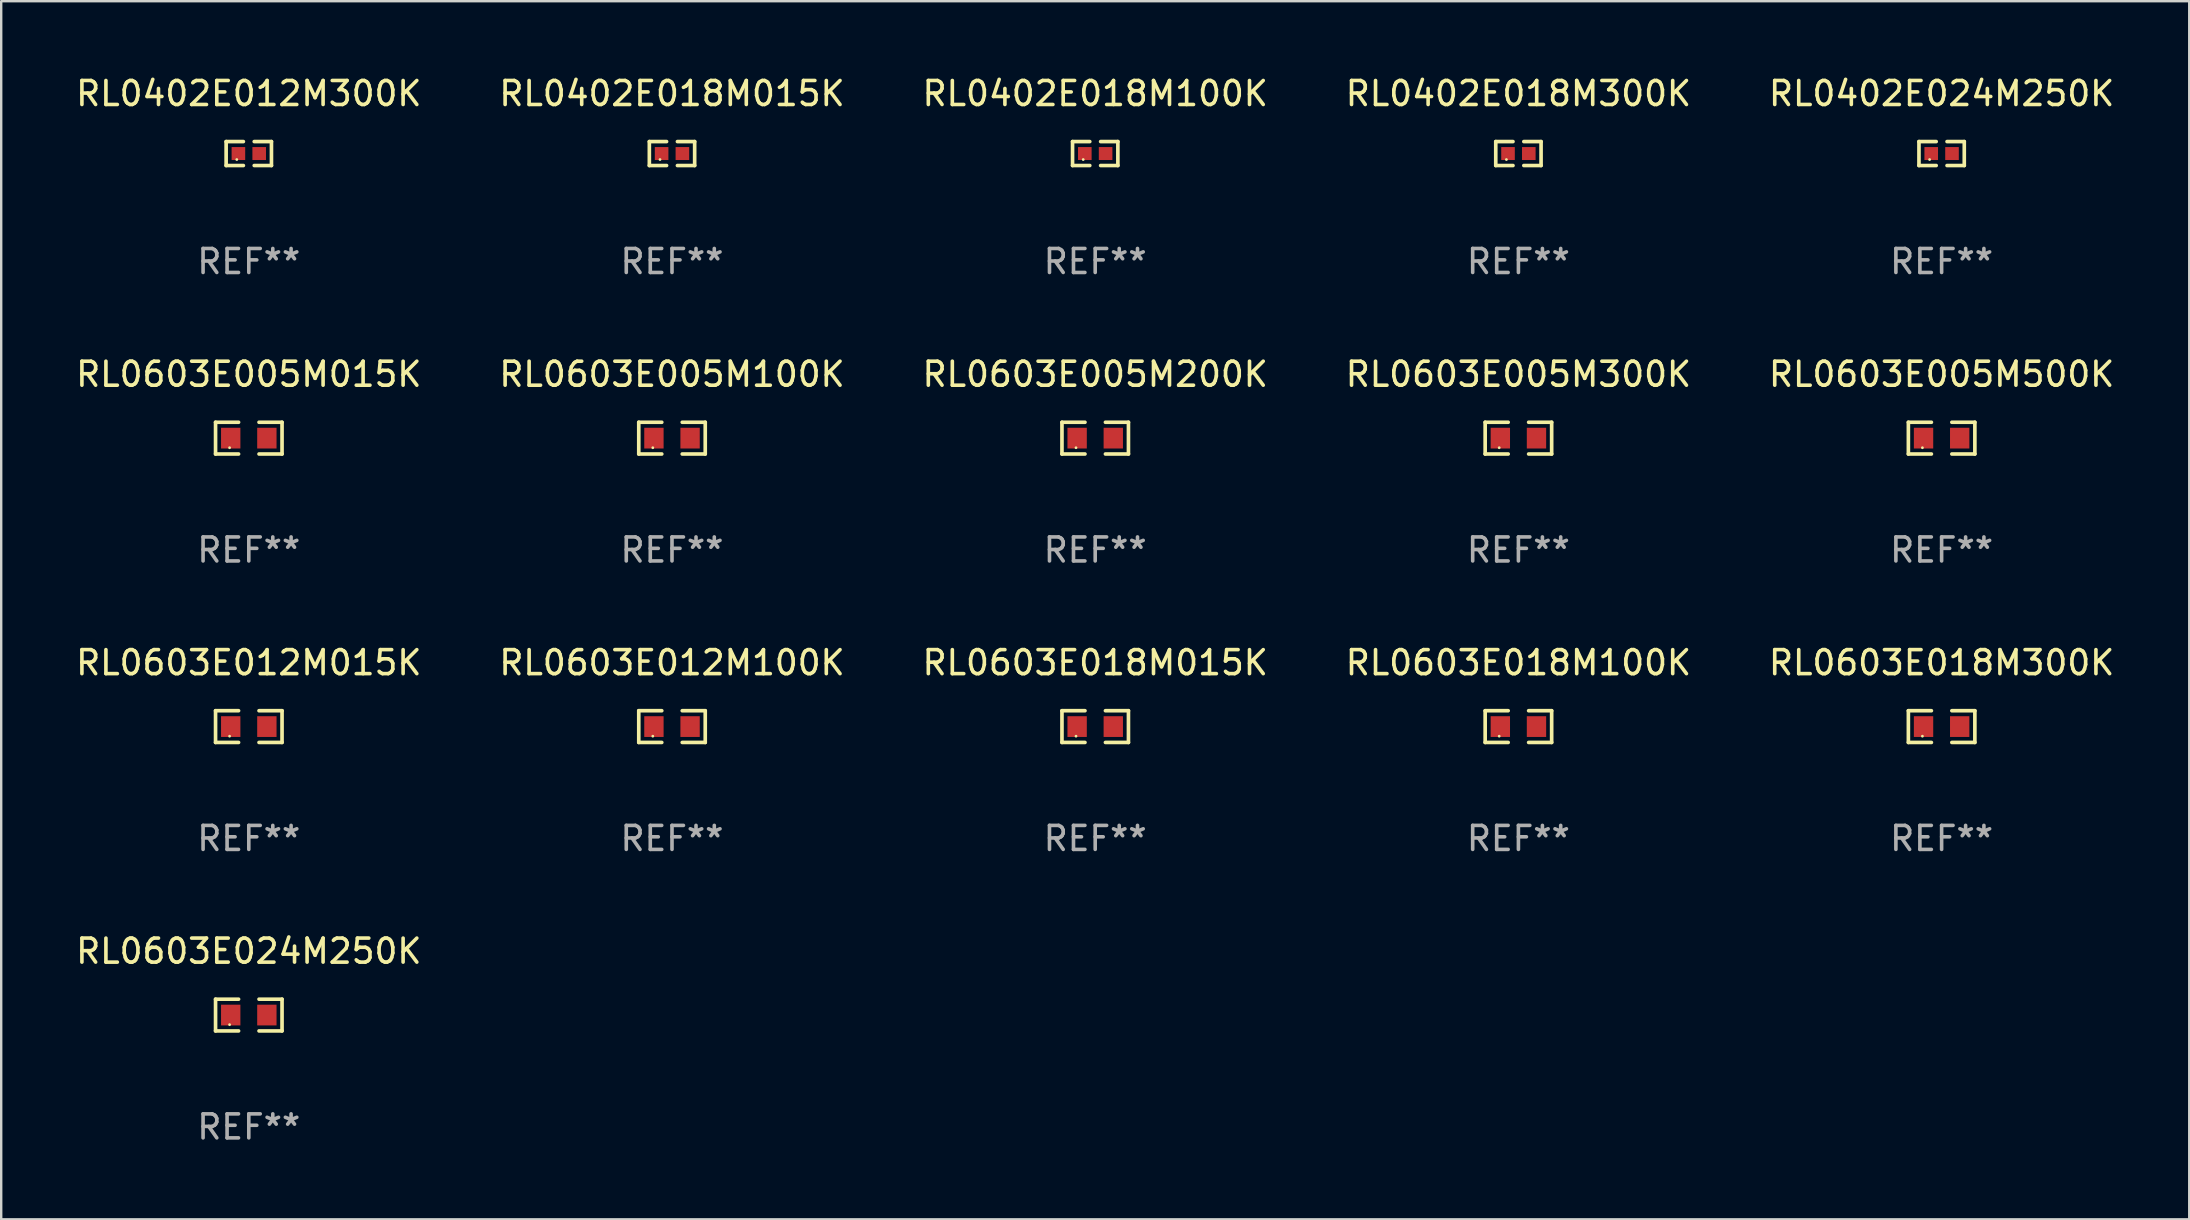
<source format=kicad_pcb>
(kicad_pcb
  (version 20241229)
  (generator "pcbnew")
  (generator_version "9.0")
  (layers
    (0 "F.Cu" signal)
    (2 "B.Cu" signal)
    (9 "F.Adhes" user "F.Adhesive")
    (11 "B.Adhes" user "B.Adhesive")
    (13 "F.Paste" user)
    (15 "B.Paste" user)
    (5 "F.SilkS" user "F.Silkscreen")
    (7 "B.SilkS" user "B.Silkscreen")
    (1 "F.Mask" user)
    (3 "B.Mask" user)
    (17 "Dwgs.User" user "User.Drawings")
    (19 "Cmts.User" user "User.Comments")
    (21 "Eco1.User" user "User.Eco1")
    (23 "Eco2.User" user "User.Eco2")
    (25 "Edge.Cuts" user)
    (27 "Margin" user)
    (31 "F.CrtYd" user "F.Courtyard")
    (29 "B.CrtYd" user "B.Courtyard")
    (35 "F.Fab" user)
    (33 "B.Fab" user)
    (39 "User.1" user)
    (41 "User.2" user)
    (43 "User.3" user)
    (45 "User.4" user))
  (footprint "RL0402E018M015K"
    (layer "F.Cu")
    (at 24.946 3.347)
    (property "Reference" "RL0402E018M015K" (at 0 -2.499 0) (layer "F.SilkS") (effects (font (size 1 1) (thickness 0.15))))
    (attr through_hole)
    (fp_line (start -0.944 -0.499) (end -0.226 -0.499) (stroke (width 0.152) (type solid)) (layer "F.SilkS"))
    (fp_line (start -0.944 0.499) (end -0.944 -0.499) (stroke (width 0.152) (type solid)) (layer "F.SilkS"))
    (fp_line (start -0.226 0.499) (end -0.944 0.499) (stroke (width 0.152) (type solid)) (layer "F.SilkS"))
    (fp_line (start 0.226 0.499) (end 0.944 0.499) (stroke (width 0.152) (type solid)) (layer "F.SilkS"))
    (fp_line (start 0.944 -0.499) (end 0.226 -0.499) (stroke (width 0.152) (type solid)) (layer "F.SilkS"))
    (fp_line (start 0.944 0.499) (end 0.944 -0.499) (stroke (width 0.152) (type solid)) (layer "F.SilkS"))
    (fp_circle (center -0.5 0.25) (end -0.47 0.25) (stroke (width 0.06) (type solid)) (fill no) (layer "F.SilkS"))
    (fp_text user "REF**" (at 0 4.499 0) (layer "F.Fab") (effects (font (size 1 1) (thickness 0.15))))
    (pad "1" smd rect (at -0.433 0) (size 0.566 0.54) (layers "F.Cu" "F.Mask" "F.Paste"))
    (pad "2" smd rect (at 0.433 0) (size 0.566 0.54) (layers "F.Cu" "F.Mask" "F.Paste")))
  (footprint "RL0603E005M200K"
    (layer "F.Cu")
    (at 42.577 15.203)
    (property "Reference" "RL0603E005M200K" (at 0 -2.661 0) (layer "F.SilkS") (effects (font (size 1 1) (thickness 0.15))))
    (attr through_hole)
    (fp_line (start -1.385 -0.661) (end -0.426 -0.661) (stroke (width 0.152) (type solid)) (layer "F.SilkS"))
    (fp_line (start -1.385 0.661) (end -1.385 -0.661) (stroke (width 0.152) (type solid)) (layer "F.SilkS"))
    (fp_line (start -0.426 0.661) (end -1.385 0.661) (stroke (width 0.152) (type solid)) (layer "F.SilkS"))
    (fp_line (start 0.426 0.661) (end 1.385 0.661) (stroke (width 0.152) (type solid)) (layer "F.SilkS"))
    (fp_line (start 1.385 -0.661) (end 0.426 -0.661) (stroke (width 0.152) (type solid)) (layer "F.SilkS"))
    (fp_line (start 1.385 0.661) (end 1.385 -0.661) (stroke (width 0.152) (type solid)) (layer "F.SilkS"))
    (fp_circle (center -0.8 0.4) (end -0.77 0.4) (stroke (width 0.06) (type solid)) (fill no) (layer "F.SilkS"))
    (fp_text user "REF**" (at 0 4.661 0) (layer "F.Fab") (effects (font (size 1 1) (thickness 0.15))))
    (pad "1" smd rect (at -0.753 0) (size 0.806 0.864) (layers "F.Cu" "F.Mask" "F.Paste"))
    (pad "2" smd rect (at 0.753 0) (size 0.806 0.864) (layers "F.Cu" "F.Mask" "F.Paste")))
  (footprint "RL0603E005M015K"
    (layer "F.Cu")
    (at 7.315 15.203)
    (property "Reference" "RL0603E005M015K" (at 0 -2.661 0) (layer "F.SilkS") (effects (font (size 1 1) (thickness 0.15))))
    (attr through_hole)
    (fp_line (start -1.385 -0.661) (end -0.426 -0.661) (stroke (width 0.152) (type solid)) (layer "F.SilkS"))
    (fp_line (start -1.385 0.661) (end -1.385 -0.661) (stroke (width 0.152) (type solid)) (layer "F.SilkS"))
    (fp_line (start -0.426 0.661) (end -1.385 0.661) (stroke (width 0.152) (type solid)) (layer "F.SilkS"))
    (fp_line (start 0.426 0.661) (end 1.385 0.661) (stroke (width 0.152) (type solid)) (layer "F.SilkS"))
    (fp_line (start 1.385 -0.661) (end 0.426 -0.661) (stroke (width 0.152) (type solid)) (layer "F.SilkS"))
    (fp_line (start 1.385 0.661) (end 1.385 -0.661) (stroke (width 0.152) (type solid)) (layer "F.SilkS"))
    (fp_circle (center -0.8 0.4) (end -0.77 0.4) (stroke (width 0.06) (type solid)) (fill no) (layer "F.SilkS"))
    (fp_text user "REF**" (at 0 4.661 0) (layer "F.Fab") (effects (font (size 1 1) (thickness 0.15))))
    (pad "1" smd rect (at -0.753 0) (size 0.806 0.864) (layers "F.Cu" "F.Mask" "F.Paste"))
    (pad "2" smd rect (at 0.753 0) (size 0.806 0.864) (layers "F.Cu" "F.Mask" "F.Paste")))
  (footprint "RL0402E018M300K"
    (layer "F.Cu")
    (at 60.208 3.347)
    (property "Reference" "RL0402E018M300K" (at 0 -2.499 0) (layer "F.SilkS") (effects (font (size 1 1) (thickness 0.15))))
    (attr through_hole)
    (fp_line (start -0.944 -0.499) (end -0.226 -0.499) (stroke (width 0.152) (type solid)) (layer "F.SilkS"))
    (fp_line (start -0.944 0.499) (end -0.944 -0.499) (stroke (width 0.152) (type solid)) (layer "F.SilkS"))
    (fp_line (start -0.226 0.499) (end -0.944 0.499) (stroke (width 0.152) (type solid)) (layer "F.SilkS"))
    (fp_line (start 0.226 0.499) (end 0.944 0.499) (stroke (width 0.152) (type solid)) (layer "F.SilkS"))
    (fp_line (start 0.944 -0.499) (end 0.226 -0.499) (stroke (width 0.152) (type solid)) (layer "F.SilkS"))
    (fp_line (start 0.944 0.499) (end 0.944 -0.499) (stroke (width 0.152) (type solid)) (layer "F.SilkS"))
    (fp_circle (center -0.5 0.25) (end -0.47 0.25) (stroke (width 0.06) (type solid)) (fill no) (layer "F.SilkS"))
    (fp_text user "REF**" (at 0 4.499 0) (layer "F.Fab") (effects (font (size 1 1) (thickness 0.15))))
    (pad "1" smd rect (at -0.433 0) (size 0.566 0.54) (layers "F.Cu" "F.Mask" "F.Paste"))
    (pad "2" smd rect (at 0.433 0) (size 0.566 0.54) (layers "F.Cu" "F.Mask" "F.Paste")))
  (footprint "RL0603E012M100K"
    (layer "F.Cu")
    (at 24.946 27.22)
    (property "Reference" "RL0603E012M100K" (at 0 -2.661 0) (layer "F.SilkS") (effects (font (size 1 1) (thickness 0.15))))
    (attr through_hole)
    (fp_line (start -1.385 -0.661) (end -0.426 -0.661) (stroke (width 0.152) (type solid)) (layer "F.SilkS"))
    (fp_line (start -1.385 0.661) (end -1.385 -0.661) (stroke (width 0.152) (type solid)) (layer "F.SilkS"))
    (fp_line (start -0.426 0.661) (end -1.385 0.661) (stroke (width 0.152) (type solid)) (layer "F.SilkS"))
    (fp_line (start 0.426 0.661) (end 1.385 0.661) (stroke (width 0.152) (type solid)) (layer "F.SilkS"))
    (fp_line (start 1.385 -0.661) (end 0.426 -0.661) (stroke (width 0.152) (type solid)) (layer "F.SilkS"))
    (fp_line (start 1.385 0.661) (end 1.385 -0.661) (stroke (width 0.152) (type solid)) (layer "F.SilkS"))
    (fp_circle (center -0.8 0.4) (end -0.77 0.4) (stroke (width 0.06) (type solid)) (fill no) (layer "F.SilkS"))
    (fp_text user "REF**" (at 0 4.661 0) (layer "F.Fab") (effects (font (size 1 1) (thickness 0.15))))
    (pad "1" smd rect (at -0.753 0) (size 0.806 0.864) (layers "F.Cu" "F.Mask" "F.Paste"))
    (pad "2" smd rect (at 0.753 0) (size 0.806 0.864) (layers "F.Cu" "F.Mask" "F.Paste")))
  (footprint "RL0402E012M300K"
    (layer "F.Cu")
    (at 7.315 3.347)
    (property "Reference" "RL0402E012M300K" (at 0 -2.499 0) (layer "F.SilkS") (effects (font (size 1 1) (thickness 0.15))))
    (attr through_hole)
    (fp_line (start -0.944 -0.499) (end -0.226 -0.499) (stroke (width 0.152) (type solid)) (layer "F.SilkS"))
    (fp_line (start -0.944 0.499) (end -0.944 -0.499) (stroke (width 0.152) (type solid)) (layer "F.SilkS"))
    (fp_line (start -0.226 0.499) (end -0.944 0.499) (stroke (width 0.152) (type solid)) (layer "F.SilkS"))
    (fp_line (start 0.226 0.499) (end 0.944 0.499) (stroke (width 0.152) (type solid)) (layer "F.SilkS"))
    (fp_line (start 0.944 -0.499) (end 0.226 -0.499) (stroke (width 0.152) (type solid)) (layer "F.SilkS"))
    (fp_line (start 0.944 0.499) (end 0.944 -0.499) (stroke (width 0.152) (type solid)) (layer "F.SilkS"))
    (fp_circle (center -0.5 0.25) (end -0.47 0.25) (stroke (width 0.06) (type solid)) (fill no) (layer "F.SilkS"))
    (fp_text user "REF**" (at 0 4.499 0) (layer "F.Fab") (effects (font (size 1 1) (thickness 0.15))))
    (pad "1" smd rect (at -0.433 0) (size 0.566 0.54) (layers "F.Cu" "F.Mask" "F.Paste"))
    (pad "2" smd rect (at 0.433 0) (size 0.566 0.54) (layers "F.Cu" "F.Mask" "F.Paste")))
  (footprint "RL0402E024M250K"
    (layer "F.Cu")
    (at 77.839 3.347)
    (property "Reference" "RL0402E024M250K" (at 0 -2.499 0) (layer "F.SilkS") (effects (font (size 1 1) (thickness 0.15))))
    (attr through_hole)
    (fp_line (start -0.944 -0.499) (end -0.226 -0.499) (stroke (width 0.152) (type solid)) (layer "F.SilkS"))
    (fp_line (start -0.944 0.499) (end -0.944 -0.499) (stroke (width 0.152) (type solid)) (layer "F.SilkS"))
    (fp_line (start -0.226 0.499) (end -0.944 0.499) (stroke (width 0.152) (type solid)) (layer "F.SilkS"))
    (fp_line (start 0.226 0.499) (end 0.944 0.499) (stroke (width 0.152) (type solid)) (layer "F.SilkS"))
    (fp_line (start 0.944 -0.499) (end 0.226 -0.499) (stroke (width 0.152) (type solid)) (layer "F.SilkS"))
    (fp_line (start 0.944 0.499) (end 0.944 -0.499) (stroke (width 0.152) (type solid)) (layer "F.SilkS"))
    (fp_circle (center -0.5 0.25) (end -0.47 0.25) (stroke (width 0.06) (type solid)) (fill no) (layer "F.SilkS"))
    (fp_text user "REF**" (at 0 4.499 0) (layer "F.Fab") (effects (font (size 1 1) (thickness 0.15))))
    (pad "1" smd rect (at -0.433 0) (size 0.566 0.54) (layers "F.Cu" "F.Mask" "F.Paste"))
    (pad "2" smd rect (at 0.433 0) (size 0.566 0.54) (layers "F.Cu" "F.Mask" "F.Paste")))
  (footprint "RL0603E018M015K"
    (layer "F.Cu")
    (at 42.577 27.22)
    (property "Reference" "RL0603E018M015K" (at 0 -2.661 0) (layer "F.SilkS") (effects (font (size 1 1) (thickness 0.15))))
    (attr through_hole)
    (fp_line (start -1.385 -0.661) (end -0.426 -0.661) (stroke (width 0.152) (type solid)) (layer "F.SilkS"))
    (fp_line (start -1.385 0.661) (end -1.385 -0.661) (stroke (width 0.152) (type solid)) (layer "F.SilkS"))
    (fp_line (start -0.426 0.661) (end -1.385 0.661) (stroke (width 0.152) (type solid)) (layer "F.SilkS"))
    (fp_line (start 0.426 0.661) (end 1.385 0.661) (stroke (width 0.152) (type solid)) (layer "F.SilkS"))
    (fp_line (start 1.385 -0.661) (end 0.426 -0.661) (stroke (width 0.152) (type solid)) (layer "F.SilkS"))
    (fp_line (start 1.385 0.661) (end 1.385 -0.661) (stroke (width 0.152) (type solid)) (layer "F.SilkS"))
    (fp_circle (center -0.8 0.4) (end -0.77 0.4) (stroke (width 0.06) (type solid)) (fill no) (layer "F.SilkS"))
    (fp_text user "REF**" (at 0 4.661 0) (layer "F.Fab") (effects (font (size 1 1) (thickness 0.15))))
    (pad "1" smd rect (at -0.753 0) (size 0.806 0.864) (layers "F.Cu" "F.Mask" "F.Paste"))
    (pad "2" smd rect (at 0.753 0) (size 0.806 0.864) (layers "F.Cu" "F.Mask" "F.Paste")))
  (footprint "RL0603E018M100K"
    (layer "F.Cu")
    (at 60.208 27.22)
    (property "Reference" "RL0603E018M100K" (at 0 -2.661 0) (layer "F.SilkS") (effects (font (size 1 1) (thickness 0.15))))
    (attr through_hole)
    (fp_line (start -1.385 -0.661) (end -0.426 -0.661) (stroke (width 0.152) (type solid)) (layer "F.SilkS"))
    (fp_line (start -1.385 0.661) (end -1.385 -0.661) (stroke (width 0.152) (type solid)) (layer "F.SilkS"))
    (fp_line (start -0.426 0.661) (end -1.385 0.661) (stroke (width 0.152) (type solid)) (layer "F.SilkS"))
    (fp_line (start 0.426 0.661) (end 1.385 0.661) (stroke (width 0.152) (type solid)) (layer "F.SilkS"))
    (fp_line (start 1.385 -0.661) (end 0.426 -0.661) (stroke (width 0.152) (type solid)) (layer "F.SilkS"))
    (fp_line (start 1.385 0.661) (end 1.385 -0.661) (stroke (width 0.152) (type solid)) (layer "F.SilkS"))
    (fp_circle (center -0.8 0.4) (end -0.77 0.4) (stroke (width 0.06) (type solid)) (fill no) (layer "F.SilkS"))
    (fp_text user "REF**" (at 0 4.661 0) (layer "F.Fab") (effects (font (size 1 1) (thickness 0.15))))
    (pad "1" smd rect (at -0.753 0) (size 0.806 0.864) (layers "F.Cu" "F.Mask" "F.Paste"))
    (pad "2" smd rect (at 0.753 0) (size 0.806 0.864) (layers "F.Cu" "F.Mask" "F.Paste")))
  (footprint "RL0603E005M100K"
    (layer "F.Cu")
    (at 24.946 15.203)
    (property "Reference" "RL0603E005M100K" (at 0 -2.661 0) (layer "F.SilkS") (effects (font (size 1 1) (thickness 0.15))))
    (attr through_hole)
    (fp_line (start -1.385 -0.661) (end -0.426 -0.661) (stroke (width 0.152) (type solid)) (layer "F.SilkS"))
    (fp_line (start -1.385 0.661) (end -1.385 -0.661) (stroke (width 0.152) (type solid)) (layer "F.SilkS"))
    (fp_line (start -0.426 0.661) (end -1.385 0.661) (stroke (width 0.152) (type solid)) (layer "F.SilkS"))
    (fp_line (start 0.426 0.661) (end 1.385 0.661) (stroke (width 0.152) (type solid)) (layer "F.SilkS"))
    (fp_line (start 1.385 -0.661) (end 0.426 -0.661) (stroke (width 0.152) (type solid)) (layer "F.SilkS"))
    (fp_line (start 1.385 0.661) (end 1.385 -0.661) (stroke (width 0.152) (type solid)) (layer "F.SilkS"))
    (fp_circle (center -0.8 0.4) (end -0.77 0.4) (stroke (width 0.06) (type solid)) (fill no) (layer "F.SilkS"))
    (fp_text user "REF**" (at 0 4.661 0) (layer "F.Fab") (effects (font (size 1 1) (thickness 0.15))))
    (pad "1" smd rect (at -0.753 0) (size 0.806 0.864) (layers "F.Cu" "F.Mask" "F.Paste"))
    (pad "2" smd rect (at 0.753 0) (size 0.806 0.864) (layers "F.Cu" "F.Mask" "F.Paste")))
  (footprint "RL0603E018M300K"
    (layer "F.Cu")
    (at 77.839 27.22)
    (property "Reference" "RL0603E018M300K" (at 0 -2.661 0) (layer "F.SilkS") (effects (font (size 1 1) (thickness 0.15))))
    (attr through_hole)
    (fp_line (start -1.385 -0.661) (end -0.426 -0.661) (stroke (width 0.152) (type solid)) (layer "F.SilkS"))
    (fp_line (start -1.385 0.661) (end -1.385 -0.661) (stroke (width 0.152) (type solid)) (layer "F.SilkS"))
    (fp_line (start -0.426 0.661) (end -1.385 0.661) (stroke (width 0.152) (type solid)) (layer "F.SilkS"))
    (fp_line (start 0.426 0.661) (end 1.385 0.661) (stroke (width 0.152) (type solid)) (layer "F.SilkS"))
    (fp_line (start 1.385 -0.661) (end 0.426 -0.661) (stroke (width 0.152) (type solid)) (layer "F.SilkS"))
    (fp_line (start 1.385 0.661) (end 1.385 -0.661) (stroke (width 0.152) (type solid)) (layer "F.SilkS"))
    (fp_circle (center -0.8 0.4) (end -0.77 0.4) (stroke (width 0.06) (type solid)) (fill no) (layer "F.SilkS"))
    (fp_text user "REF**" (at 0 4.661 0) (layer "F.Fab") (effects (font (size 1 1) (thickness 0.15))))
    (pad "1" smd rect (at -0.753 0) (size 0.806 0.864) (layers "F.Cu" "F.Mask" "F.Paste"))
    (pad "2" smd rect (at 0.753 0) (size 0.806 0.864) (layers "F.Cu" "F.Mask" "F.Paste")))
  (footprint "RL0603E012M015K"
    (layer "F.Cu")
    (at 7.315 27.22)
    (property "Reference" "RL0603E012M015K" (at 0 -2.661 0) (layer "F.SilkS") (effects (font (size 1 1) (thickness 0.15))))
    (attr through_hole)
    (fp_line (start -1.385 -0.661) (end -0.426 -0.661) (stroke (width 0.152) (type solid)) (layer "F.SilkS"))
    (fp_line (start -1.385 0.661) (end -1.385 -0.661) (stroke (width 0.152) (type solid)) (layer "F.SilkS"))
    (fp_line (start -0.426 0.661) (end -1.385 0.661) (stroke (width 0.152) (type solid)) (layer "F.SilkS"))
    (fp_line (start 0.426 0.661) (end 1.385 0.661) (stroke (width 0.152) (type solid)) (layer "F.SilkS"))
    (fp_line (start 1.385 -0.661) (end 0.426 -0.661) (stroke (width 0.152) (type solid)) (layer "F.SilkS"))
    (fp_line (start 1.385 0.661) (end 1.385 -0.661) (stroke (width 0.152) (type solid)) (layer "F.SilkS"))
    (fp_circle (center -0.8 0.4) (end -0.77 0.4) (stroke (width 0.06) (type solid)) (fill no) (layer "F.SilkS"))
    (fp_text user "REF**" (at 0 4.661 0) (layer "F.Fab") (effects (font (size 1 1) (thickness 0.15))))
    (pad "1" smd rect (at -0.753 0) (size 0.806 0.864) (layers "F.Cu" "F.Mask" "F.Paste"))
    (pad "2" smd rect (at 0.753 0) (size 0.806 0.864) (layers "F.Cu" "F.Mask" "F.Paste")))
  (footprint "RL0402E018M100K"
    (layer "F.Cu")
    (at 42.577 3.347)
    (property "Reference" "RL0402E018M100K" (at 0 -2.499 0) (layer "F.SilkS") (effects (font (size 1 1) (thickness 0.15))))
    (attr through_hole)
    (fp_line (start -0.944 -0.499) (end -0.226 -0.499) (stroke (width 0.152) (type solid)) (layer "F.SilkS"))
    (fp_line (start -0.944 0.499) (end -0.944 -0.499) (stroke (width 0.152) (type solid)) (layer "F.SilkS"))
    (fp_line (start -0.226 0.499) (end -0.944 0.499) (stroke (width 0.152) (type solid)) (layer "F.SilkS"))
    (fp_line (start 0.226 0.499) (end 0.944 0.499) (stroke (width 0.152) (type solid)) (layer "F.SilkS"))
    (fp_line (start 0.944 -0.499) (end 0.226 -0.499) (stroke (width 0.152) (type solid)) (layer "F.SilkS"))
    (fp_line (start 0.944 0.499) (end 0.944 -0.499) (stroke (width 0.152) (type solid)) (layer "F.SilkS"))
    (fp_circle (center -0.5 0.25) (end -0.47 0.25) (stroke (width 0.06) (type solid)) (fill no) (layer "F.SilkS"))
    (fp_text user "REF**" (at 0 4.499 0) (layer "F.Fab") (effects (font (size 1 1) (thickness 0.15))))
    (pad "1" smd rect (at -0.433 0) (size 0.566 0.54) (layers "F.Cu" "F.Mask" "F.Paste"))
    (pad "2" smd rect (at 0.433 0) (size 0.566 0.54) (layers "F.Cu" "F.Mask" "F.Paste")))
  (footprint "RL0603E005M300K"
    (layer "F.Cu")
    (at 60.208 15.203)
    (property "Reference" "RL0603E005M300K" (at 0 -2.661 0) (layer "F.SilkS") (effects (font (size 1 1) (thickness 0.15))))
    (attr through_hole)
    (fp_line (start -1.385 -0.661) (end -0.426 -0.661) (stroke (width 0.152) (type solid)) (layer "F.SilkS"))
    (fp_line (start -1.385 0.661) (end -1.385 -0.661) (stroke (width 0.152) (type solid)) (layer "F.SilkS"))
    (fp_line (start -0.426 0.661) (end -1.385 0.661) (stroke (width 0.152) (type solid)) (layer "F.SilkS"))
    (fp_line (start 0.426 0.661) (end 1.385 0.661) (stroke (width 0.152) (type solid)) (layer "F.SilkS"))
    (fp_line (start 1.385 -0.661) (end 0.426 -0.661) (stroke (width 0.152) (type solid)) (layer "F.SilkS"))
    (fp_line (start 1.385 0.661) (end 1.385 -0.661) (stroke (width 0.152) (type solid)) (layer "F.SilkS"))
    (fp_circle (center -0.8 0.4) (end -0.77 0.4) (stroke (width 0.06) (type solid)) (fill no) (layer "F.SilkS"))
    (fp_text user "REF**" (at 0 4.661 0) (layer "F.Fab") (effects (font (size 1 1) (thickness 0.15))))
    (pad "1" smd rect (at -0.753 0) (size 0.806 0.864) (layers "F.Cu" "F.Mask" "F.Paste"))
    (pad "2" smd rect (at 0.753 0) (size 0.806 0.864) (layers "F.Cu" "F.Mask" "F.Paste")))
  (footprint "RL0603E005M500K"
    (layer "F.Cu")
    (at 77.839 15.203)
    (property "Reference" "RL0603E005M500K" (at 0 -2.661 0) (layer "F.SilkS") (effects (font (size 1 1) (thickness 0.15))))
    (attr through_hole)
    (fp_line (start -1.385 -0.661) (end -0.426 -0.661) (stroke (width 0.152) (type solid)) (layer "F.SilkS"))
    (fp_line (start -1.385 0.661) (end -1.385 -0.661) (stroke (width 0.152) (type solid)) (layer "F.SilkS"))
    (fp_line (start -0.426 0.661) (end -1.385 0.661) (stroke (width 0.152) (type solid)) (layer "F.SilkS"))
    (fp_line (start 0.426 0.661) (end 1.385 0.661) (stroke (width 0.152) (type solid)) (layer "F.SilkS"))
    (fp_line (start 1.385 -0.661) (end 0.426 -0.661) (stroke (width 0.152) (type solid)) (layer "F.SilkS"))
    (fp_line (start 1.385 0.661) (end 1.385 -0.661) (stroke (width 0.152) (type solid)) (layer "F.SilkS"))
    (fp_circle (center -0.8 0.4) (end -0.77 0.4) (stroke (width 0.06) (type solid)) (fill no) (layer "F.SilkS"))
    (fp_text user "REF**" (at 0 4.661 0) (layer "F.Fab") (effects (font (size 1 1) (thickness 0.15))))
    (pad "1" smd rect (at -0.753 0) (size 0.806 0.864) (layers "F.Cu" "F.Mask" "F.Paste"))
    (pad "2" smd rect (at 0.753 0) (size 0.806 0.864) (layers "F.Cu" "F.Mask" "F.Paste")))
  (footprint "RL0603E024M250K"
    (layer "F.Cu")
    (at 7.315 39.238)
    (property "Reference" "RL0603E024M250K" (at 0 -2.661 0) (layer "F.SilkS") (effects (font (size 1 1) (thickness 0.15))))
    (attr through_hole)
    (fp_line (start -1.385 -0.661) (end -0.426 -0.661) (stroke (width 0.152) (type solid)) (layer "F.SilkS"))
    (fp_line (start -1.385 0.661) (end -1.385 -0.661) (stroke (width 0.152) (type solid)) (layer "F.SilkS"))
    (fp_line (start -0.426 0.661) (end -1.385 0.661) (stroke (width 0.152) (type solid)) (layer "F.SilkS"))
    (fp_line (start 0.426 0.661) (end 1.385 0.661) (stroke (width 0.152) (type solid)) (layer "F.SilkS"))
    (fp_line (start 1.385 -0.661) (end 0.426 -0.661) (stroke (width 0.152) (type solid)) (layer "F.SilkS"))
    (fp_line (start 1.385 0.661) (end 1.385 -0.661) (stroke (width 0.152) (type solid)) (layer "F.SilkS"))
    (fp_circle (center -0.8 0.4) (end -0.77 0.4) (stroke (width 0.06) (type solid)) (fill no) (layer "F.SilkS"))
    (fp_text user "REF**" (at 0 4.661 0) (layer "F.Fab") (effects (font (size 1 1) (thickness 0.15))))
    (pad "1" smd rect (at -0.753 0) (size 0.806 0.864) (layers "F.Cu" "F.Mask" "F.Paste"))
    (pad "2" smd rect (at 0.753 0) (size 0.806 0.864) (layers "F.Cu" "F.Mask" "F.Paste")))
  (gr_rect
    (start -3 -3)
    (end 88.155 47.747)
    (stroke (width 0.1) (type default))
    (fill no)
    (layer "Edge.Cuts")))
</source>
